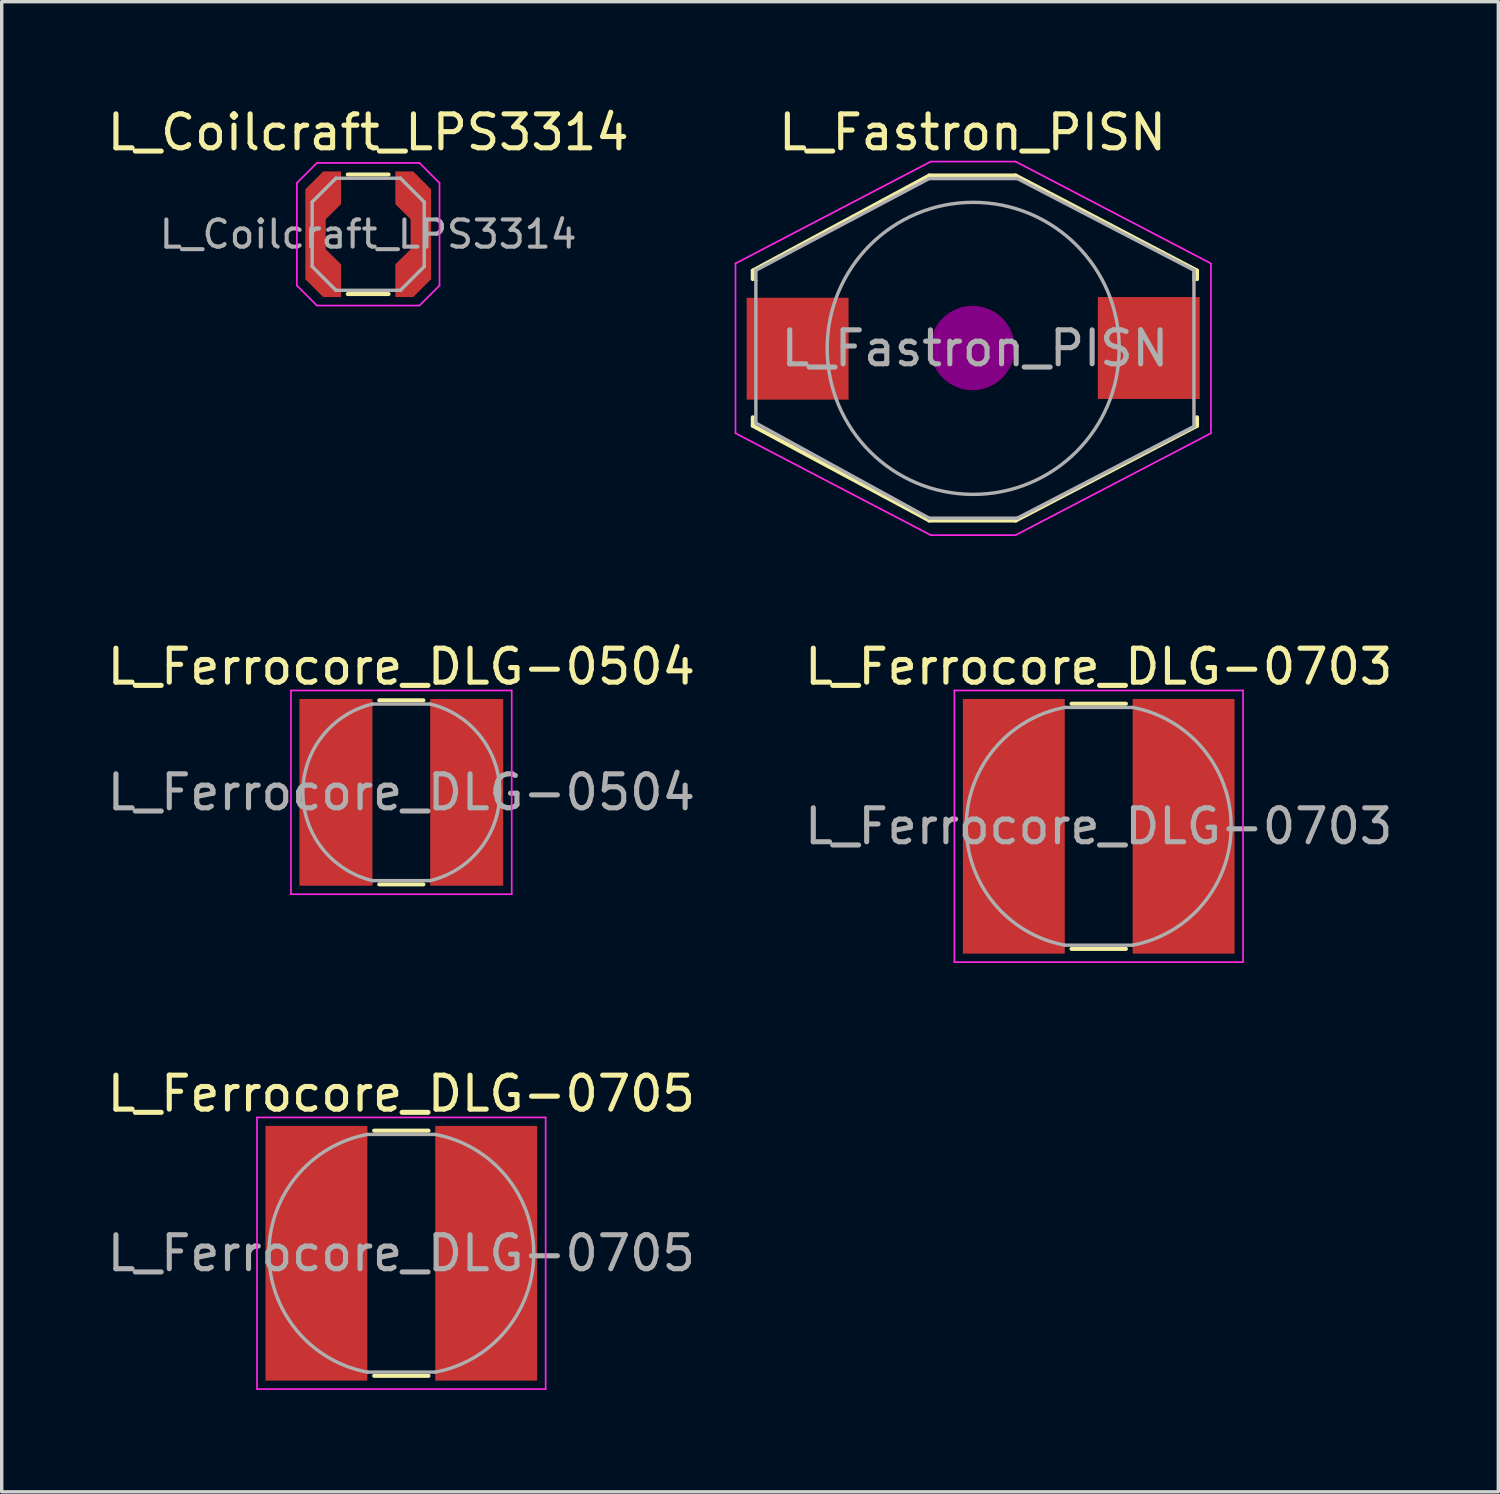
<source format=kicad_pcb>
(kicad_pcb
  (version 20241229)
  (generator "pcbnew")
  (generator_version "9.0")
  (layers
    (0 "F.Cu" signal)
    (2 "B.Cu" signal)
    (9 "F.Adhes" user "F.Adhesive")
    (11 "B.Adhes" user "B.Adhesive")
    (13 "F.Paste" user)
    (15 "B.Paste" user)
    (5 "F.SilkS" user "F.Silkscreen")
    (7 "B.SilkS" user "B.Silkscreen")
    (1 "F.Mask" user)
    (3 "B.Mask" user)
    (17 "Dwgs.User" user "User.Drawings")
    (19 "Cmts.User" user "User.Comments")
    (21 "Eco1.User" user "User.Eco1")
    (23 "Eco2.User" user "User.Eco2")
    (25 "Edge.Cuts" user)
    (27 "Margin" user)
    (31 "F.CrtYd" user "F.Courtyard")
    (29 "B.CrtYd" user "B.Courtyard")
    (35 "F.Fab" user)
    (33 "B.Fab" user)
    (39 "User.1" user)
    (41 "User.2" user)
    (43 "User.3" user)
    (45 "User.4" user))
  (footprint "L_Coilcraft_LPS3314"
    (layer "F.Cu")
    (at 7.792 3.848)
    (property "Reference" "L_Coilcraft_LPS3314" (at 0 -3 0) (layer "F.SilkS") (effects (font (size 1 1) (thickness 0.15))))
    (attr smd)
    (fp_line (start -0.6 -1.76) (end 0.6 -1.76) (stroke (width 0.12) (type solid)) (layer "F.SilkS"))
    (fp_line (start -0.6 1.76) (end 0.6 1.76) (stroke (width 0.12) (type solid)) (layer "F.SilkS"))
    (fp_line (start -2.1 -1.51) (end -2.1 1.51) (stroke (width 0.05) (type solid)) (layer "F.CrtYd"))
    (fp_line (start -1.51 -2.1) (end -2.1 -1.51) (stroke (width 0.05) (type solid)) (layer "F.CrtYd"))
    (fp_line (start -1.51 -2.1) (end 1.51 -2.1) (stroke (width 0.05) (type solid)) (layer "F.CrtYd"))
    (fp_line (start -1.51 2.1) (end -2.1 1.51) (stroke (width 0.05) (type solid)) (layer "F.CrtYd"))
    (fp_line (start -1.51 2.1) (end 1.51 2.1) (stroke (width 0.05) (type solid)) (layer "F.CrtYd"))
    (fp_line (start 1.51 -2.1) (end 2.1 -1.51) (stroke (width 0.05) (type solid)) (layer "F.CrtYd"))
    (fp_line (start 1.51 2.1) (end 2.1 1.51) (stroke (width 0.05) (type solid)) (layer "F.CrtYd"))
    (fp_line (start 2.1 -1.51) (end 2.1 1.51) (stroke (width 0.05) (type solid)) (layer "F.CrtYd"))
    (fp_line (start -1.65 -0.95) (end -0.95 -1.65) (stroke (width 0.1) (type solid)) (layer "F.Fab"))
    (fp_line (start -1.65 0.95) (end -1.65 -0.95) (stroke (width 0.1) (type solid)) (layer "F.Fab"))
    (fp_line (start -1.65 0.95) (end -0.95 1.65) (stroke (width 0.1) (type solid)) (layer "F.Fab"))
    (fp_line (start -0.95 -1.65) (end 0.95 -1.65) (stroke (width 0.1) (type solid)) (layer "F.Fab"))
    (fp_line (start 0.95 -1.65) (end 1.65 -0.95) (stroke (width 0.1) (type solid)) (layer "F.Fab"))
    (fp_line (start 0.95 1.65) (end -0.95 1.65) (stroke (width 0.1) (type solid)) (layer "F.Fab"))
    (fp_line (start 0.95 1.65) (end 1.65 0.95) (stroke (width 0.1) (type solid)) (layer "F.Fab"))
    (fp_line (start 1.65 -0.95) (end 1.65 0.95) (stroke (width 0.1) (type solid)) (layer "F.Fab"))
    (fp_text user "${REFERENCE}" (at 0 0 0) (layer "F.Fab") (effects (font (size 0.8 0.8) (thickness 0.12))))
    (pad "1" smd custom (at -1.55 0) (size 0.6 0.881) (layers "F.Cu" "F.Mask" "F.Paste") (options (anchor rect)) (primitives (gr_poly (pts (xy 0.75 -0.885) (xy 0.3 -0.441) (xy 0.3 0.441) (xy 0.75 0.885) (xy 0.75 1.85) (xy 0.225 1.85) (xy -0.3 1.325) (xy -0.3 -1.325) (xy 0.225 -1.85) (xy 0.75 -1.85)) (width 0) (fill yes))))
    (pad "2" smd custom (at 1.55 0 180) (size 0.6 0.881) (layers "F.Cu" "F.Mask" "F.Paste") (options (anchor rect)) (primitives (gr_poly (pts (xy 0.75 -0.885) (xy 0.3 -0.441) (xy 0.3 0.441) (xy 0.75 0.885) (xy 0.75 1.85) (xy 0.225 1.85) (xy -0.3 1.325) (xy -0.3 -1.325) (xy 0.225 -1.85) (xy 0.75 -1.85)) (width 0) (fill yes)))))
  (footprint "L_Ferrocore_DLG-0703"
    (layer "F.Cu")
    (at 29.304 21.282)
    (property "Reference" "L_Ferrocore_DLG-0703" (at 0 -4.7 0) (layer "F.SilkS") (effects (font (size 1 1) (thickness 0.15))))
    (attr smd)
    (fp_line (start -0.8 -3.61) (end 0.8 -3.61) (stroke (width 0.12) (type solid)) (layer "F.SilkS"))
    (fp_line (start -0.8 3.61) (end 0.8 3.61) (stroke (width 0.12) (type solid)) (layer "F.SilkS"))
    (fp_line (start -4.25 -4) (end -4.25 4) (stroke (width 0.05) (type solid)) (layer "F.CrtYd"))
    (fp_line (start -4.25 4) (end 4.25 4) (stroke (width 0.05) (type solid)) (layer "F.CrtYd"))
    (fp_line (start 4.25 -4) (end -4.25 -4) (stroke (width 0.05) (type solid)) (layer "F.CrtYd"))
    (fp_line (start 4.25 4) (end 4.25 -4) (stroke (width 0.05) (type solid)) (layer "F.CrtYd"))
    (fp_line (start -1 -3.5) (end 1 -3.5) (stroke (width 0.1) (type solid)) (layer "F.Fab"))
    (fp_line (start -1 3.5) (end 1 3.5) (stroke (width 0.1) (type solid)) (layer "F.Fab"))
    (fp_arc (start -1 3.5) (mid -3.9 0) (end -1 -3.5) (stroke (width 0.1) (type solid)) (layer "F.Fab"))
    (fp_arc (start 1 -3.5) (mid 3.9 0) (end 1 3.5) (stroke (width 0.1) (type solid)) (layer "F.Fab"))
    (fp_text user "${REFERENCE}" (at 0 0 0) (layer "F.Fab") (effects (font (size 1 1) (thickness 0.15))))
    (pad "1" smd rect (at -2.5 0) (size 3 7.5) (layers "F.Cu" "F.Mask" "F.Paste"))
    (pad "2" smd rect (at 2.5 0) (size 3 7.5) (layers "F.Cu" "F.Mask" "F.Paste")))
  (footprint "L_Fastron_PISN"
    (layer "F.Cu")
    (at 25.608 7.208)
    (property "Reference" "L_Fastron_PISN" (at -0.02 -6.36 0) (layer "F.SilkS") (effects (font (size 1 1) (thickness 0.15))))
    (attr smd)
    (fp_line (start -6.49 -2.29) (end -6.49 -2.04) (stroke (width 0.12) (type solid)) (layer "F.SilkS"))
    (fp_line (start -6.49 2.28) (end -6.49 2.03) (stroke (width 0.12) (type solid)) (layer "F.SilkS"))
    (fp_line (start -1.29 -5.09) (end -6.49 -2.29) (stroke (width 0.12) (type solid)) (layer "F.SilkS"))
    (fp_line (start -1.29 -5.09) (end 1.25 -5.09) (stroke (width 0.12) (type solid)) (layer "F.SilkS"))
    (fp_line (start -1.29 5.07) (end -6.49 2.28) (stroke (width 0.12) (type solid)) (layer "F.SilkS"))
    (fp_line (start -1.29 5.07) (end 1.25 5.07) (stroke (width 0.12) (type solid)) (layer "F.SilkS"))
    (fp_line (start 1.25 -5.09) (end 6.59 -2.29) (stroke (width 0.12) (type solid)) (layer "F.SilkS"))
    (fp_line (start 1.25 5.07) (end 6.59 2.28) (stroke (width 0.12) (type solid)) (layer "F.SilkS"))
    (fp_line (start 6.59 -2.29) (end 6.59 -2.04) (stroke (width 0.12) (type solid)) (layer "F.SilkS"))
    (fp_line (start 6.59 2.28) (end 6.59 2.03) (stroke (width 0.12) (type solid)) (layer "F.SilkS"))
    (fp_line (start -0.02 -0.26) (end -0.02 0.25) (stroke (width 0.38) (type solid)) (layer "F.Adhes"))
    (fp_circle (center -0.02 -0.01) (end -0.02 0.5) (stroke (width 0.38) (type solid)) (fill no) (layer "F.Adhes"))
    (fp_circle (center -0.02 -0.01) (end 0.24 -0.01) (stroke (width 0.38) (type solid)) (fill no) (layer "F.Adhes"))
    (fp_circle (center -0.02 -0.01) (end 0.24 0.76) (stroke (width 0.38) (type solid)) (fill no) (layer "F.Adhes"))
    (fp_circle (center -0.02 -0.01) (end 0.24 1.01) (stroke (width 0.38) (type solid)) (fill no) (layer "F.Adhes"))
    (fp_line (start -7 -2.5) (end -1.25 -5.5) (stroke (width 0.05) (type solid)) (layer "F.CrtYd"))
    (fp_line (start -7 2.5) (end -7 -2.5) (stroke (width 0.05) (type solid)) (layer "F.CrtYd"))
    (fp_line (start -1.25 -5.5) (end 1.25 -5.5) (stroke (width 0.05) (type solid)) (layer "F.CrtYd"))
    (fp_line (start -1.25 5.5) (end -7 2.5) (stroke (width 0.05) (type solid)) (layer "F.CrtYd"))
    (fp_line (start 1.25 -5.5) (end 7 -2.5) (stroke (width 0.05) (type solid)) (layer "F.CrtYd"))
    (fp_line (start 1.25 5.5) (end -1.25 5.5) (stroke (width 0.05) (type solid)) (layer "F.CrtYd"))
    (fp_line (start 7 -2.5) (end 7 2.25) (stroke (width 0.05) (type solid)) (layer "F.CrtYd"))
    (fp_line (start 7 2.25) (end 7 2.5) (stroke (width 0.05) (type solid)) (layer "F.CrtYd"))
    (fp_line (start 7 2.5) (end 1.25 5.5) (stroke (width 0.05) (type solid)) (layer "F.CrtYd"))
    (fp_line (start -6.4 -2.3) (end -1.3 -5) (stroke (width 0.1) (type solid)) (layer "F.Fab"))
    (fp_line (start -6.4 -2) (end -6.4 -2.3) (stroke (width 0.1) (type solid)) (layer "F.Fab"))
    (fp_line (start -6.4 -2) (end -6.4 2.2) (stroke (width 0.1) (type solid)) (layer "F.Fab"))
    (fp_line (start -6.4 2.2) (end -1.3 5) (stroke (width 0.1) (type solid)) (layer "F.Fab"))
    (fp_line (start -1.3 -5) (end 1.3 -5) (stroke (width 0.1) (type solid)) (layer "F.Fab"))
    (fp_line (start -1.3 5) (end 1.3 5) (stroke (width 0.1) (type solid)) (layer "F.Fab"))
    (fp_line (start 1.3 -5) (end 6.5 -2.3) (stroke (width 0.1) (type solid)) (layer "F.Fab"))
    (fp_line (start 1.3 5) (end 6.5 2.3) (stroke (width 0.1) (type solid)) (layer "F.Fab"))
    (fp_line (start 6.5 -2.3) (end 6.5 -2) (stroke (width 0.1) (type solid)) (layer "F.Fab"))
    (fp_line (start 6.5 2.3) (end 6.5 -2.2) (stroke (width 0.1) (type solid)) (layer "F.Fab"))
    (fp_circle (center 0 0) (end 0 -4.3) (stroke (width 0.1) (type solid)) (fill no) (layer "F.Fab"))
    (fp_text user "${REFERENCE}" (at 0.05 0 0) (layer "F.Fab") (effects (font (size 1 1) (thickness 0.15))))
    (pad "1" smd rect (at 5.17 -0.01) (size 3 3) (layers "F.Cu" "F.Mask" "F.Paste"))
    (pad "2" smd rect (at -5.17 0.01) (size 3 3) (layers "F.Cu" "F.Mask" "F.Paste")))
  (footprint "L_Ferrocore_DLG-0504"
    (layer "F.Cu")
    (at 8.768 20.282)
    (property "Reference" "L_Ferrocore_DLG-0504" (at 0 -3.7 0) (layer "F.SilkS") (effects (font (size 1 1) (thickness 0.15))))
    (attr smd)
    (fp_line (start -0.65 -2.71) (end 0.65 -2.71) (stroke (width 0.12) (type solid)) (layer "F.SilkS"))
    (fp_line (start -0.65 2.71) (end 0.65 2.71) (stroke (width 0.12) (type solid)) (layer "F.SilkS"))
    (fp_line (start -3.25 -3) (end -3.25 3) (stroke (width 0.05) (type solid)) (layer "F.CrtYd"))
    (fp_line (start -3.25 3) (end 3.25 3) (stroke (width 0.05) (type solid)) (layer "F.CrtYd"))
    (fp_line (start 3.25 -3) (end -3.25 -3) (stroke (width 0.05) (type solid)) (layer "F.CrtYd"))
    (fp_line (start 3.25 3) (end 3.25 -3) (stroke (width 0.05) (type solid)) (layer "F.CrtYd"))
    (fp_line (start -0.85 -2.6) (end 0.85 -2.6) (stroke (width 0.1) (type solid)) (layer "F.Fab"))
    (fp_line (start -0.85 2.6) (end 0.85 2.6) (stroke (width 0.1) (type solid)) (layer "F.Fab"))
    (fp_arc (start -0.85 2.6) (mid -2.9 0) (end -0.85 -2.6) (stroke (width 0.1) (type solid)) (layer "F.Fab"))
    (fp_arc (start 0.85 -2.6) (mid 2.9 0) (end 0.85 2.6) (stroke (width 0.1) (type solid)) (layer "F.Fab"))
    (fp_text user "${REFERENCE}" (at 0 0 0) (layer "F.Fab") (effects (font (size 1 1) (thickness 0.15))))
    (pad "1" smd rect (at -1.925 0) (size 2.15 5.5) (layers "F.Cu" "F.Mask" "F.Paste"))
    (pad "2" smd rect (at 1.925 0) (size 2.15 5.5) (layers "F.Cu" "F.Mask" "F.Paste")))
  (footprint "L_Ferrocore_DLG-0705"
    (layer "F.Cu")
    (at 8.768 33.855)
    (property "Reference" "L_Ferrocore_DLG-0705" (at 0 -4.7 0) (layer "F.SilkS") (effects (font (size 1 1) (thickness 0.15))))
    (attr smd)
    (fp_line (start -0.8 -3.61) (end 0.8 -3.61) (stroke (width 0.12) (type solid)) (layer "F.SilkS"))
    (fp_line (start -0.8 3.61) (end 0.8 3.61) (stroke (width 0.12) (type solid)) (layer "F.SilkS"))
    (fp_line (start -4.25 -4) (end -4.25 4) (stroke (width 0.05) (type solid)) (layer "F.CrtYd"))
    (fp_line (start -4.25 4) (end 4.25 4) (stroke (width 0.05) (type solid)) (layer "F.CrtYd"))
    (fp_line (start 4.25 -4) (end -4.25 -4) (stroke (width 0.05) (type solid)) (layer "F.CrtYd"))
    (fp_line (start 4.25 4) (end 4.25 -4) (stroke (width 0.05) (type solid)) (layer "F.CrtYd"))
    (fp_line (start -1 -3.5) (end 1 -3.5) (stroke (width 0.1) (type solid)) (layer "F.Fab"))
    (fp_line (start -1 3.5) (end 1 3.5) (stroke (width 0.1) (type solid)) (layer "F.Fab"))
    (fp_arc (start -1 3.5) (mid -3.9 0) (end -1 -3.5) (stroke (width 0.1) (type solid)) (layer "F.Fab"))
    (fp_arc (start 1 -3.5) (mid 3.9 0) (end 1 3.5) (stroke (width 0.1) (type solid)) (layer "F.Fab"))
    (fp_text user "${REFERENCE}" (at 0 0 0) (layer "F.Fab") (effects (font (size 1 1) (thickness 0.15))))
    (pad "1" smd rect (at -2.5 0) (size 3 7.5) (layers "F.Cu" "F.Mask" "F.Paste"))
    (pad "2" smd rect (at 2.5 0) (size 3 7.5) (layers "F.Cu" "F.Mask" "F.Paste")))
  (gr_rect
    (start -3 -3)
    (end 41.071 40.88)
    (stroke (width 0.1) (type default))
    (fill no)
    (layer "Edge.Cuts")))
</source>
